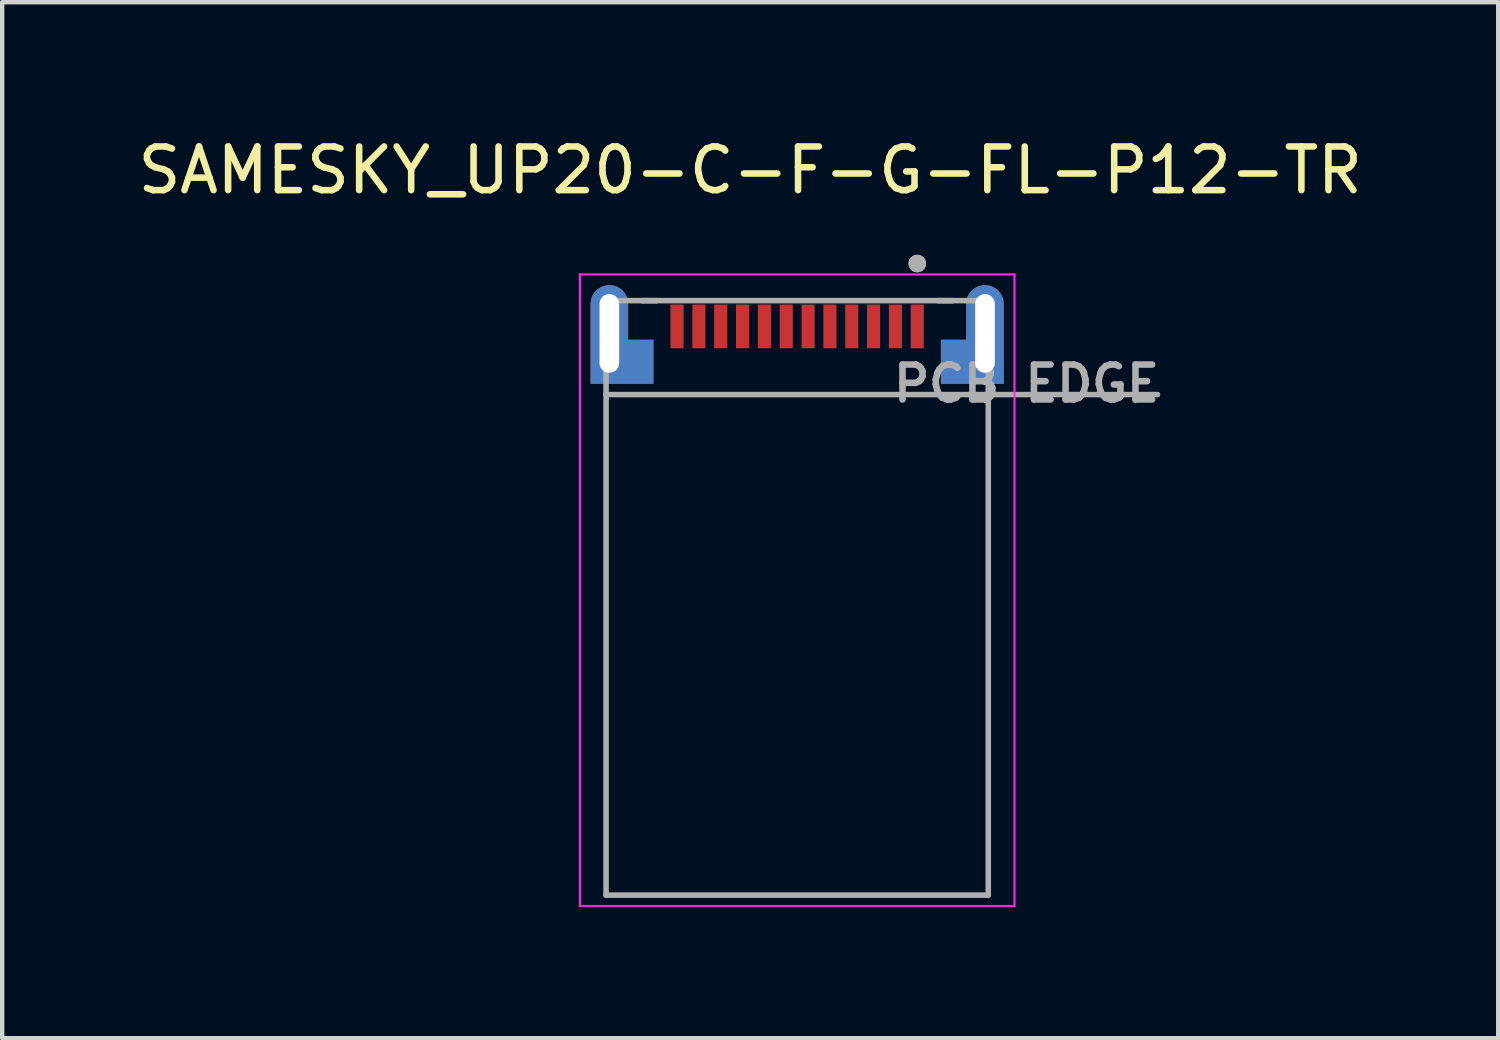
<source format=kicad_pcb>
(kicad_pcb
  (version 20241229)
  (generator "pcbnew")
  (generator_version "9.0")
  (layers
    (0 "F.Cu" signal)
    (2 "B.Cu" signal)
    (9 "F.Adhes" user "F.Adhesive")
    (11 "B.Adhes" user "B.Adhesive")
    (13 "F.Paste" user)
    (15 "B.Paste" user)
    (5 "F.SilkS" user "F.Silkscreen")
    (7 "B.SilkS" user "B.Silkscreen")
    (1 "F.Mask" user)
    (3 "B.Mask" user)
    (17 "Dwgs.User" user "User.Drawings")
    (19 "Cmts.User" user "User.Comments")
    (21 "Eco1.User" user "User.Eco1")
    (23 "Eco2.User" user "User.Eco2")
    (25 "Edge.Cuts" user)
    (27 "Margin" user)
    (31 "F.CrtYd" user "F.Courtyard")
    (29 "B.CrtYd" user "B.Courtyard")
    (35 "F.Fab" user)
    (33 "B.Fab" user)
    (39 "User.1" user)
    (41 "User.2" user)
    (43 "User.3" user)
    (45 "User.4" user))
  (footprint "SAMESKY_UP20-C-F-G-FL-P12-TR"
    (layer "F.Cu")
    (at 15.2 5.983)
    (property "Reference" "SAMESKY_UP20-C-F-G-FL-P12-TR" (at -1.075 -5.135 0) (layer "F.SilkS") (effects (font (size 1 1) (thickness 0.15))))
    (attr smd)
    (fp_poly (pts (xy -3.775 -1.35) (xy -3.775 -2.075) (xy -3.776 -2.102) (xy -3.778 -2.13) (xy -3.781 -2.157) (xy -3.786 -2.184) (xy -3.793 -2.211) (xy -3.801 -2.237) (xy -3.81 -2.263) (xy -3.82 -2.289) (xy -3.832 -2.313) (xy -3.845 -2.337) (xy -3.86 -2.361) (xy -3.875 -2.384) (xy -3.892 -2.405) (xy -3.91 -2.426) (xy -3.929 -2.446) (xy -3.949 -2.465) (xy -3.97 -2.483) (xy -3.991 -2.5) (xy -4.014 -2.515) (xy -4.037 -2.53) (xy -4.062 -2.543) (xy -4.086 -2.555) (xy -4.112 -2.565) (xy -4.138 -2.574) (xy -4.164 -2.582) (xy -4.191 -2.589) (xy -4.218 -2.594) (xy -4.245 -2.597) (xy -4.273 -2.599) (xy -4.3 -2.6) (xy -4.327 -2.599) (xy -4.355 -2.597) (xy -4.382 -2.594) (xy -4.409 -2.589) (xy -4.436 -2.582) (xy -4.462 -2.574) (xy -4.488 -2.565) (xy -4.514 -2.555) (xy -4.538 -2.543) (xy -4.563 -2.53) (xy -4.586 -2.515) (xy -4.609 -2.5) (xy -4.63 -2.483) (xy -4.651 -2.465) (xy -4.671 -2.446) (xy -4.69 -2.426) (xy -4.708 -2.405) (xy -4.725 -2.384) (xy -4.74 -2.361) (xy -4.755 -2.338) (xy -4.768 -2.313) (xy -4.78 -2.289) (xy -4.79 -2.263) (xy -4.799 -2.237) (xy -4.807 -2.211) (xy -4.814 -2.184) (xy -4.819 -2.157) (xy -4.822 -2.13) (xy -4.824 -2.102) (xy -4.825 -2.075) (xy -4.825 -0.15) (xy -3.195 -0.15) (xy -3.195 -1.35) (xy -3.775 -1.35)) (stroke (width 0.01) (type solid)) (fill yes) (layer "F.Mask"))
    (fp_poly (pts (xy 3.775 -1.35) (xy 3.775 -2.075) (xy 3.776 -2.102) (xy 3.778 -2.13) (xy 3.781 -2.157) (xy 3.786 -2.184) (xy 3.793 -2.211) (xy 3.801 -2.237) (xy 3.81 -2.263) (xy 3.82 -2.289) (xy 3.832 -2.313) (xy 3.845 -2.337) (xy 3.86 -2.361) (xy 3.875 -2.384) (xy 3.892 -2.405) (xy 3.91 -2.426) (xy 3.929 -2.446) (xy 3.949 -2.465) (xy 3.97 -2.483) (xy 3.991 -2.5) (xy 4.014 -2.515) (xy 4.037 -2.53) (xy 4.062 -2.543) (xy 4.086 -2.555) (xy 4.112 -2.565) (xy 4.138 -2.574) (xy 4.164 -2.582) (xy 4.191 -2.589) (xy 4.218 -2.594) (xy 4.245 -2.597) (xy 4.273 -2.599) (xy 4.3 -2.6) (xy 4.327 -2.599) (xy 4.355 -2.597) (xy 4.382 -2.594) (xy 4.409 -2.589) (xy 4.436 -2.582) (xy 4.462 -2.574) (xy 4.488 -2.565) (xy 4.514 -2.555) (xy 4.538 -2.543) (xy 4.563 -2.53) (xy 4.586 -2.515) (xy 4.609 -2.5) (xy 4.63 -2.483) (xy 4.651 -2.465) (xy 4.671 -2.446) (xy 4.69 -2.426) (xy 4.708 -2.405) (xy 4.725 -2.384) (xy 4.74 -2.361) (xy 4.755 -2.338) (xy 4.768 -2.313) (xy 4.78 -2.289) (xy 4.79 -2.263) (xy 4.799 -2.237) (xy 4.807 -2.211) (xy 4.814 -2.184) (xy 4.819 -2.157) (xy 4.822 -2.13) (xy 4.824 -2.102) (xy 4.825 -2.075) (xy 4.825 -0.15) (xy 3.195 -0.15) (xy 3.195 -1.35) (xy 3.775 -1.35)) (stroke (width 0.01) (type solid)) (fill yes) (layer "F.Mask"))
    (fp_poly (pts (xy -3.775 -0.675) (xy -3.775 -2.075) (xy -3.776 -2.102) (xy -3.778 -2.13) (xy -3.781 -2.157) (xy -3.786 -2.184) (xy -3.793 -2.211) (xy -3.801 -2.237) (xy -3.81 -2.263) (xy -3.82 -2.289) (xy -3.832 -2.313) (xy -3.845 -2.337) (xy -3.86 -2.361) (xy -3.875 -2.384) (xy -3.892 -2.405) (xy -3.91 -2.426) (xy -3.929 -2.446) (xy -3.949 -2.465) (xy -3.97 -2.483) (xy -3.991 -2.5) (xy -4.014 -2.515) (xy -4.037 -2.53) (xy -4.062 -2.543) (xy -4.086 -2.555) (xy -4.112 -2.565) (xy -4.138 -2.574) (xy -4.164 -2.582) (xy -4.191 -2.589) (xy -4.218 -2.594) (xy -4.245 -2.597) (xy -4.273 -2.599) (xy -4.3 -2.6) (xy -4.327 -2.599) (xy -4.355 -2.597) (xy -4.382 -2.594) (xy -4.409 -2.589) (xy -4.436 -2.582) (xy -4.462 -2.574) (xy -4.488 -2.565) (xy -4.514 -2.555) (xy -4.538 -2.543) (xy -4.563 -2.53) (xy -4.586 -2.515) (xy -4.609 -2.5) (xy -4.63 -2.483) (xy -4.651 -2.465) (xy -4.671 -2.446) (xy -4.69 -2.426) (xy -4.708 -2.405) (xy -4.725 -2.384) (xy -4.74 -2.361) (xy -4.755 -2.338) (xy -4.768 -2.313) (xy -4.78 -2.289) (xy -4.79 -2.263) (xy -4.799 -2.237) (xy -4.807 -2.211) (xy -4.814 -2.184) (xy -4.819 -2.157) (xy -4.822 -2.13) (xy -4.824 -2.102) (xy -4.825 -2.075) (xy -4.825 -0.675) (xy -4.824 -0.648) (xy -4.822 -0.62) (xy -4.819 -0.593) (xy -4.814 -0.566) (xy -4.807 -0.539) (xy -4.799 -0.513) (xy -4.79 -0.487) (xy -4.78 -0.461) (xy -4.768 -0.437) (xy -4.755 -0.413) (xy -4.74 -0.389) (xy -4.725 -0.366) (xy -4.708 -0.345) (xy -4.69 -0.324) (xy -4.671 -0.304) (xy -4.651 -0.285) (xy -4.63 -0.267) (xy -4.609 -0.25) (xy -4.586 -0.235) (xy -4.563 -0.22) (xy -4.538 -0.207) (xy -4.514 -0.195) (xy -4.488 -0.185) (xy -4.462 -0.176) (xy -4.436 -0.168) (xy -4.409 -0.161) (xy -4.382 -0.156) (xy -4.355 -0.153) (xy -4.327 -0.151) (xy -4.3 -0.15) (xy -4.273 -0.151) (xy -4.245 -0.153) (xy -4.218 -0.156) (xy -4.191 -0.161) (xy -4.164 -0.168) (xy -4.138 -0.176) (xy -4.112 -0.185) (xy -4.086 -0.195) (xy -4.062 -0.207) (xy -4.037 -0.22) (xy -4.014 -0.235) (xy -3.991 -0.25) (xy -3.97 -0.267) (xy -3.949 -0.285) (xy -3.929 -0.304) (xy -3.91 -0.324) (xy -3.892 -0.345) (xy -3.875 -0.366) (xy -3.86 -0.389) (xy -3.845 -0.413) (xy -3.832 -0.437) (xy -3.82 -0.461) (xy -3.81 -0.487) (xy -3.801 -0.513) (xy -3.793 -0.539) (xy -3.786 -0.566) (xy -3.781 -0.593) (xy -3.778 -0.62) (xy -3.776 -0.648) (xy -3.775 -0.675)) (stroke (width 0.01) (type solid)) (fill yes) (layer "B.Mask"))
    (fp_poly (pts (xy 4.825 -2.075) (xy 4.825 -0.675) (xy 4.824 -0.648) (xy 4.822 -0.62) (xy 4.819 -0.593) (xy 4.814 -0.566) (xy 4.807 -0.539) (xy 4.799 -0.513) (xy 4.79 -0.487) (xy 4.78 -0.461) (xy 4.768 -0.437) (xy 4.755 -0.413) (xy 4.74 -0.389) (xy 4.725 -0.366) (xy 4.708 -0.345) (xy 4.69 -0.324) (xy 4.671 -0.304) (xy 4.651 -0.285) (xy 4.63 -0.267) (xy 4.609 -0.25) (xy 4.586 -0.235) (xy 4.563 -0.22) (xy 4.538 -0.207) (xy 4.514 -0.195) (xy 4.488 -0.185) (xy 4.462 -0.176) (xy 4.436 -0.168) (xy 4.409 -0.161) (xy 4.382 -0.156) (xy 4.355 -0.153) (xy 4.327 -0.151) (xy 4.3 -0.15) (xy 4.273 -0.151) (xy 4.245 -0.153) (xy 4.218 -0.156) (xy 4.191 -0.161) (xy 4.164 -0.168) (xy 4.138 -0.176) (xy 4.112 -0.185) (xy 4.086 -0.195) (xy 4.062 -0.207) (xy 4.037 -0.22) (xy 4.014 -0.235) (xy 3.991 -0.25) (xy 3.97 -0.267) (xy 3.949 -0.285) (xy 3.929 -0.304) (xy 3.91 -0.324) (xy 3.892 -0.345) (xy 3.875 -0.366) (xy 3.86 -0.389) (xy 3.845 -0.412) (xy 3.832 -0.437) (xy 3.82 -0.461) (xy 3.81 -0.487) (xy 3.801 -0.513) (xy 3.793 -0.539) (xy 3.786 -0.566) (xy 3.781 -0.593) (xy 3.778 -0.62) (xy 3.776 -0.648) (xy 3.775 -0.675) (xy 3.775 -2.075) (xy 3.776 -2.102) (xy 3.778 -2.13) (xy 3.781 -2.157) (xy 3.786 -2.184) (xy 3.793 -2.211) (xy 3.801 -2.237) (xy 3.81 -2.263) (xy 3.82 -2.289) (xy 3.832 -2.313) (xy 3.845 -2.337) (xy 3.86 -2.361) (xy 3.875 -2.384) (xy 3.892 -2.405) (xy 3.91 -2.426) (xy 3.929 -2.446) (xy 3.949 -2.465) (xy 3.97 -2.483) (xy 3.991 -2.5) (xy 4.014 -2.515) (xy 4.037 -2.53) (xy 4.062 -2.543) (xy 4.086 -2.555) (xy 4.112 -2.565) (xy 4.138 -2.574) (xy 4.164 -2.582) (xy 4.191 -2.589) (xy 4.218 -2.594) (xy 4.245 -2.597) (xy 4.273 -2.599) (xy 4.3 -2.6) (xy 4.327 -2.599) (xy 4.355 -2.597) (xy 4.382 -2.594) (xy 4.409 -2.589) (xy 4.436 -2.582) (xy 4.462 -2.574) (xy 4.488 -2.565) (xy 4.514 -2.555) (xy 4.538 -2.543) (xy 4.563 -2.53) (xy 4.586 -2.515) (xy 4.609 -2.5) (xy 4.63 -2.483) (xy 4.651 -2.465) (xy 4.671 -2.446) (xy 4.69 -2.426) (xy 4.708 -2.405) (xy 4.725 -2.384) (xy 4.74 -2.361) (xy 4.755 -2.338) (xy 4.768 -2.313) (xy 4.78 -2.289) (xy 4.79 -2.263) (xy 4.799 -2.237) (xy 4.807 -2.211) (xy 4.814 -2.184) (xy 4.819 -2.157) (xy 4.822 -2.13) (xy 4.824 -2.102) (xy 4.825 -2.075)) (stroke (width 0.01) (type solid)) (fill yes) (layer "B.Mask"))
    (fp_line (start -3.555 -2.15) (end -3.22 -2.15) (stroke (width 0.127) (type solid)) (layer "F.SilkS"))
    (fp_line (start 3.22 -2.15) (end 3.555 -2.15) (stroke (width 0.127) (type solid)) (layer "F.SilkS"))
    (fp_circle (center 2.75 -3) (end 2.85 -3) (stroke (width 0.2) (type solid)) (fill no) (layer "F.SilkS"))
    (fp_poly (pts (xy -3.875 -1.25) (xy -3.295 -1.25) (xy -3.295 -0.25) (xy -3.875 -0.25)) (stroke (width 0.01) (type solid)) (fill yes) (layer "F.Paste"))
    (fp_poly (pts (xy 3.295 -1.25) (xy 3.875 -1.25) (xy 3.875 -0.25) (xy 3.295 -0.25)) (stroke (width 0.01) (type solid)) (fill yes) (layer "F.Paste"))
    (fp_line (start -4.975 -2.75) (end 4.975 -2.75) (stroke (width 0.05) (type solid)) (layer "F.CrtYd"))
    (fp_line (start -4.975 11.71) (end -4.975 -2.75) (stroke (width 0.05) (type solid)) (layer "F.CrtYd"))
    (fp_line (start 4.975 -2.75) (end 4.975 11.71) (stroke (width 0.05) (type solid)) (layer "F.CrtYd"))
    (fp_line (start 4.975 11.71) (end -4.975 11.71) (stroke (width 0.05) (type solid)) (layer "F.CrtYd"))
    (fp_line (start -4.375 -2.15) (end 4.375 -2.15) (stroke (width 0.127) (type solid)) (layer "F.Fab"))
    (fp_line (start -4.375 0) (end -4.375 -2.15) (stroke (width 0.127) (type solid)) (layer "F.Fab"))
    (fp_line (start -4.375 0) (end 8.25 0) (stroke (width 0.127) (type solid)) (layer "F.Fab"))
    (fp_line (start -4.375 11.46) (end -4.375 0) (stroke (width 0.127) (type solid)) (layer "F.Fab"))
    (fp_line (start 4.375 -2.15) (end 4.375 11.46) (stroke (width 0.127) (type solid)) (layer "F.Fab"))
    (fp_line (start 4.375 11.46) (end -4.375 11.46) (stroke (width 0.127) (type solid)) (layer "F.Fab"))
    (fp_circle (center 2.75 -3) (end 2.85 -3) (stroke (width 0.2) (type solid)) (fill no) (layer "F.Fab"))
    (fp_text user "PCB EDGE" (at 5.25 -0.25 0) (layer "F.Fab") (effects (font (size 0.8 0.8) (thickness 0.15))))
    (pad "A1" smd rect (at 2.75 -1.56) (size 0.3 1) (layers "F.Cu" "F.Mask" "F.Paste"))
    (pad "A2" smd rect (at 2.25 -1.56) (size 0.3 1) (layers "F.Cu" "F.Mask" "F.Paste"))
    (pad "A3" smd rect (at 1.75 -1.56) (size 0.3 1) (layers "F.Cu" "F.Mask" "F.Paste"))
    (pad "A4" smd rect (at 1.25 -1.56) (size 0.3 1) (layers "F.Cu" "F.Mask" "F.Paste"))
    (pad "A5" smd rect (at -1.25 -1.56) (size 0.3 1) (layers "F.Cu" "F.Mask" "F.Paste"))
    (pad "A6" smd rect (at -1.75 -1.56) (size 0.3 1) (layers "F.Cu" "F.Mask" "F.Paste"))
    (pad "A7" smd rect (at -2.25 -1.56) (size 0.3 1) (layers "F.Cu" "F.Mask" "F.Paste"))
    (pad "A12" smd rect (at -2.75 -1.56) (size 0.3 1) (layers "F.Cu" "F.Mask" "F.Paste"))
    (pad "B9" smd rect (at -0.75 -1.56) (size 0.3 1) (layers "F.Cu" "F.Mask" "F.Paste"))
    (pad "B10" smd rect (at -0.25 -1.56) (size 0.3 1) (layers "F.Cu" "F.Mask" "F.Paste"))
    (pad "B11" smd rect (at 0.25 -1.56) (size 0.3 1) (layers "F.Cu" "F.Mask" "F.Paste"))
    (pad "B12" smd rect (at 0.75 -1.56) (size 0.3 1) (layers "F.Cu" "F.Mask" "F.Paste"))
    (pad "SH1" thru_hole custom (at -4.3 -1.4) (size 0.85 2.25) (drill oval 0.45 1.8) (layers "*.Cu") (options (anchor circle)) (primitives (gr_poly (pts (xy 0.425 0.15) (xy 0.425 -0.675) (xy 0.424 -0.697) (xy 0.423 -0.719) (xy 0.42 -0.741) (xy 0.416 -0.763) (xy 0.411 -0.785) (xy 0.404 -0.806) (xy 0.397 -0.827) (xy 0.388 -0.848) (xy 0.379 -0.868) (xy 0.368 -0.888) (xy 0.356 -0.906) (xy 0.344 -0.925) (xy 0.33 -0.942) (xy 0.316 -0.959) (xy 0.301 -0.976) (xy 0.284 -0.991) (xy 0.267 -1.005) (xy 0.25 -1.019) (xy 0.231 -1.031) (xy 0.212 -1.043) (xy 0.193 -1.054) (xy 0.173 -1.063) (xy 0.152 -1.072) (xy 0.131 -1.079) (xy 0.11 -1.086) (xy 0.088 -1.091) (xy 0.066 -1.095) (xy 0.044 -1.098) (xy 0.022 -1.099) (xy 0 -1.1) (xy -0.022 -1.099) (xy -0.044 -1.098) (xy -0.066 -1.095) (xy -0.088 -1.091) (xy -0.11 -1.086) (xy -0.131 -1.079) (xy -0.152 -1.072) (xy -0.173 -1.063) (xy -0.193 -1.054) (xy -0.212 -1.043) (xy -0.231 -1.031) (xy -0.25 -1.019) (xy -0.267 -1.005) (xy -0.284 -0.991) (xy -0.301 -0.976) (xy -0.316 -0.959) (xy -0.33 -0.942) (xy -0.344 -0.925) (xy -0.356 -0.906) (xy -0.368 -0.888) (xy -0.379 -0.868) (xy -0.388 -0.848) (xy -0.397 -0.827) (xy -0.404 -0.806) (xy -0.411 -0.785) (xy -0.416 -0.763) (xy -0.42 -0.741) (xy -0.423 -0.719) (xy -0.424 -0.697) (xy -0.425 -0.675) (xy -0.425 1.15) (xy 1.005 1.15) (xy 1.005 0.15) (xy 0.425 0.15)) (width 0.01) (fill yes))))
    (pad "SH2" thru_hole custom (at 4.3 -1.4) (size 0.85 2.25) (drill oval 0.45 1.8) (layers "*.Cu") (options (anchor circle)) (primitives (gr_poly (pts (xy -0.425 0.15) (xy -0.425 -0.675) (xy -0.424 -0.697) (xy -0.423 -0.719) (xy -0.42 -0.741) (xy -0.416 -0.763) (xy -0.411 -0.785) (xy -0.404 -0.806) (xy -0.397 -0.827) (xy -0.388 -0.848) (xy -0.379 -0.868) (xy -0.368 -0.888) (xy -0.356 -0.906) (xy -0.344 -0.925) (xy -0.33 -0.942) (xy -0.316 -0.959) (xy -0.301 -0.976) (xy -0.284 -0.991) (xy -0.267 -1.005) (xy -0.25 -1.019) (xy -0.231 -1.031) (xy -0.212 -1.043) (xy -0.193 -1.054) (xy -0.173 -1.063) (xy -0.152 -1.072) (xy -0.131 -1.079) (xy -0.11 -1.086) (xy -0.088 -1.091) (xy -0.066 -1.095) (xy -0.044 -1.098) (xy -0.022 -1.099) (xy 0 -1.1) (xy 0.022 -1.099) (xy 0.044 -1.098) (xy 0.066 -1.095) (xy 0.088 -1.091) (xy 0.11 -1.086) (xy 0.131 -1.079) (xy 0.152 -1.072) (xy 0.173 -1.063) (xy 0.193 -1.054) (xy 0.212 -1.043) (xy 0.231 -1.031) (xy 0.25 -1.019) (xy 0.267 -1.005) (xy 0.284 -0.991) (xy 0.301 -0.976) (xy 0.316 -0.959) (xy 0.33 -0.942) (xy 0.344 -0.925) (xy 0.356 -0.906) (xy 0.368 -0.888) (xy 0.379 -0.868) (xy 0.388 -0.848) (xy 0.397 -0.827) (xy 0.404 -0.806) (xy 0.411 -0.785) (xy 0.416 -0.763) (xy 0.42 -0.741) (xy 0.423 -0.719) (xy 0.424 -0.697) (xy 0.425 -0.675) (xy 0.425 1.15) (xy -1.005 1.15) (xy -1.005 0.15) (xy -0.425 0.15)) (width 0.01) (fill yes)))))
  (gr_rect
    (start -3 -3)
    (end 31.25 20.718)
    (stroke (width 0.1) (type default))
    (fill no)
    (layer "Edge.Cuts")))
</source>
